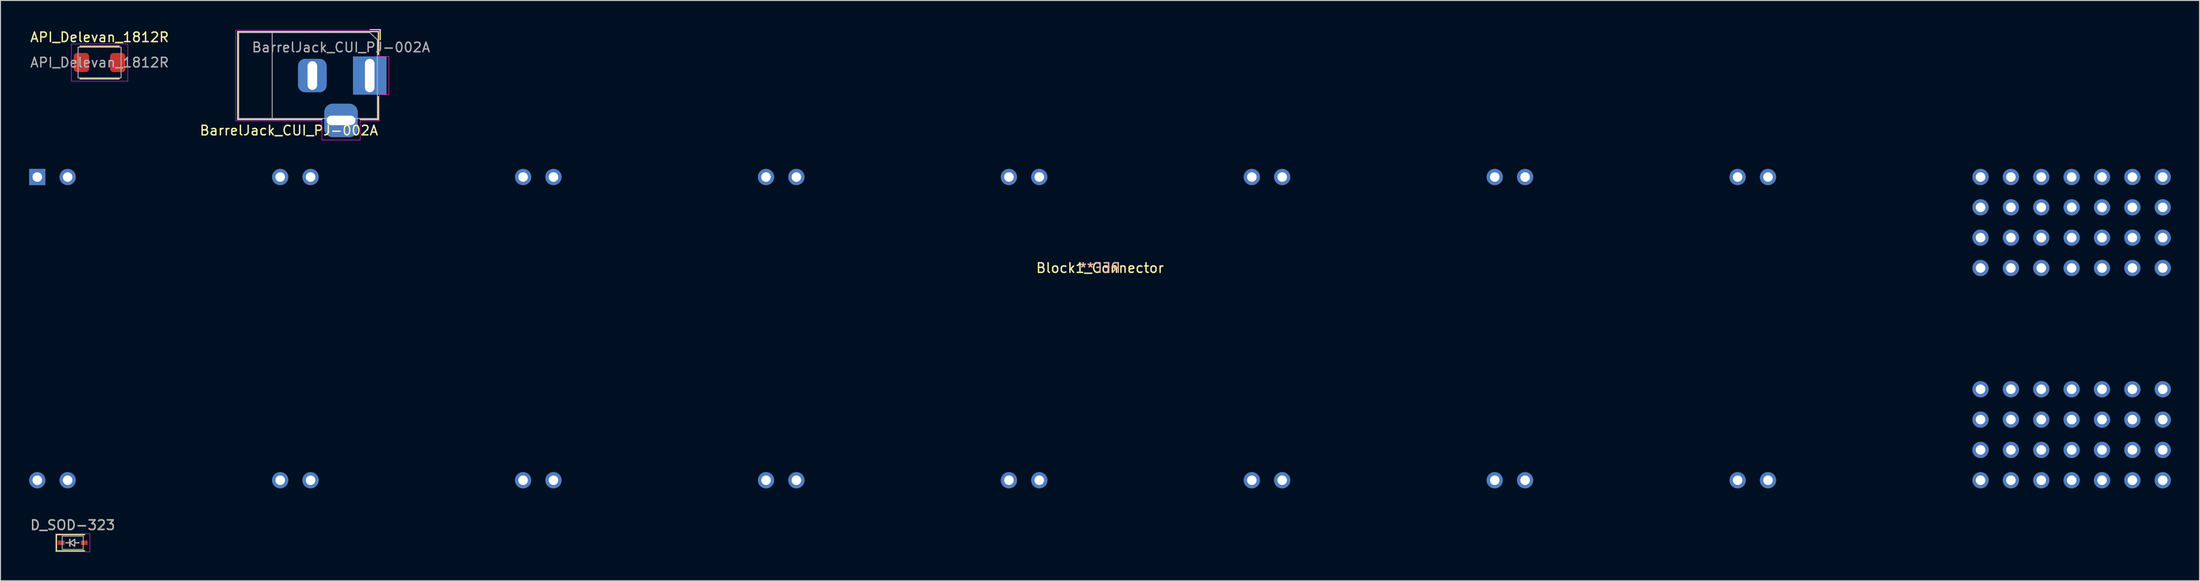
<source format=kicad_pcb>
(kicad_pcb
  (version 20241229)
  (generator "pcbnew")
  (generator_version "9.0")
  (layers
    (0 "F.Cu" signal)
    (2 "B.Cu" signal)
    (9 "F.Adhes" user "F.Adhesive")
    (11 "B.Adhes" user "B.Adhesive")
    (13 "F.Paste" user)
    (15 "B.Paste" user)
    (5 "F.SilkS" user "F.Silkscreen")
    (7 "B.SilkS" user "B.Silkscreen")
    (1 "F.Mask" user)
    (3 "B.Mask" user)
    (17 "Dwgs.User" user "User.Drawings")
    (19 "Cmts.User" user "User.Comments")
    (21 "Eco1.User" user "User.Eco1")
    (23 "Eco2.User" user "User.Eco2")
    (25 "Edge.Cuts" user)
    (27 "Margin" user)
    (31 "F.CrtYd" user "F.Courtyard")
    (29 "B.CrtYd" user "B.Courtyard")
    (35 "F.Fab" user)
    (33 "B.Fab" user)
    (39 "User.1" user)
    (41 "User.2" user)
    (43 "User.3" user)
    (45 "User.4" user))
  (footprint "D_SOD-323"
    (layer "F.Cu")
    (at 4.554 53.783)
    (property "Reference" "D_SOD-323" (at 0 -1.85 0) (layer "F.SilkS") (effects (font (size 1 1) (thickness 0.15))))
    (attr smd)
    (fp_line (start -1.7 -0.85) (end -1.7 0.85) (stroke (width 0.12) (type solid)) (layer "F.SilkS"))
    (fp_line (start -1.7 -0.85) (end 1.25 -0.85) (stroke (width 0.12) (type solid)) (layer "F.SilkS"))
    (fp_line (start -1.7 0.85) (end 1.25 0.85) (stroke (width 0.12) (type solid)) (layer "F.SilkS"))
    (fp_line (start -0.711 0) (end -0.305 0) (stroke (width 0.12) (type solid)) (layer "F.SilkS"))
    (fp_line (start -0.305 -0.356) (end -0.305 0) (stroke (width 0.12) (type solid)) (layer "F.SilkS"))
    (fp_line (start -0.305 0) (end -0.305 -0.356) (stroke (width 0.12) (type solid)) (layer "F.SilkS"))
    (fp_line (start -0.305 0) (end -0.305 0.356) (stroke (width 0.12) (type solid)) (layer "F.SilkS"))
    (fp_line (start -0.305 0) (end 0.203 0.356) (stroke (width 0.12) (type solid)) (layer "F.SilkS"))
    (fp_line (start -0.305 0.356) (end -0.305 0) (stroke (width 0.12) (type solid)) (layer "F.SilkS"))
    (fp_line (start 0.203 -0.356) (end -0.305 0) (stroke (width 0.12) (type solid)) (layer "F.SilkS"))
    (fp_line (start 0.203 0) (end 0.66 0) (stroke (width 0.12) (type solid)) (layer "F.SilkS"))
    (fp_line (start 0.203 0.356) (end 0.203 -0.356) (stroke (width 0.12) (type solid)) (layer "F.SilkS"))
    (fp_line (start -1.8 -0.95) (end -1.8 0.95) (stroke (width 0.05) (type solid)) (layer "F.CrtYd"))
    (fp_line (start -1.8 -0.95) (end 1.8 -0.95) (stroke (width 0.05) (type solid)) (layer "F.CrtYd"))
    (fp_line (start -1.8 0.95) (end 1.8 0.95) (stroke (width 0.05) (type solid)) (layer "F.CrtYd"))
    (fp_line (start 1.8 -0.95) (end 1.8 0.95) (stroke (width 0.05) (type solid)) (layer "F.CrtYd"))
    (fp_line (start -1.1 -0.7) (end 1.1 -0.7) (stroke (width 0.1) (type solid)) (layer "F.Fab"))
    (fp_line (start -1.1 0.7) (end -1.1 -0.7) (stroke (width 0.1) (type solid)) (layer "F.Fab"))
    (fp_line (start -0.3 -0.35) (end -0.3 0.35) (stroke (width 0.1) (type solid)) (layer "F.Fab"))
    (fp_line (start -0.3 0) (end -0.7 0) (stroke (width 0.1) (type solid)) (layer "F.Fab"))
    (fp_line (start -0.3 0) (end 0.2 -0.35) (stroke (width 0.1) (type solid)) (layer "F.Fab"))
    (fp_line (start 0.2 -0.35) (end 0.2 0.35) (stroke (width 0.1) (type solid)) (layer "F.Fab"))
    (fp_line (start 0.2 0) (end 0.65 0) (stroke (width 0.1) (type solid)) (layer "F.Fab"))
    (fp_line (start 0.2 0.35) (end -0.3 0) (stroke (width 0.1) (type solid)) (layer "F.Fab"))
    (fp_line (start 1.1 -0.7) (end 1.1 0.7) (stroke (width 0.1) (type solid)) (layer "F.Fab"))
    (fp_line (start 1.1 0.7) (end -1.1 0.7) (stroke (width 0.1) (type solid)) (layer "F.Fab"))
    (fp_text user "${REFERENCE}" (at 0 -1.85 0) (layer "F.Fab") (effects (font (size 1 1) (thickness 0.15))))
    (pad "1" smd rect (at -1.2 0) (size 0.7 0.46) (layers "F.Cu" "F.Mask" "F.Paste"))
    (pad "2" smd rect (at 1.2 0) (size 0.7 0.46) (layers "F.Cu" "F.Mask" "F.Paste")))
  (footprint "API_Delevan_1812R"
    (layer "F.Cu")
    (at 7.363 3.498)
    (property "Reference" "API_Delevan_1812R" (at 0 -2.65 0) (layer "F.SilkS") (effects (font (size 1 1) (thickness 0.15))))
    (attr smd)
    (fp_line (start -2.05 -1.71) (end 2.05 -1.71) (stroke (width 0.12) (type solid)) (layer "F.SilkS"))
    (fp_line (start -2.05 1.71) (end 2.05 1.71) (stroke (width 0.12) (type solid)) (layer "F.SilkS"))
    (fp_line (start -2.95 -1.95) (end 2.95 -1.95) (stroke (width 0.05) (type solid)) (layer "F.CrtYd"))
    (fp_line (start -2.95 1.95) (end -2.95 -1.95) (stroke (width 0.05) (type solid)) (layer "F.CrtYd"))
    (fp_line (start 2.95 -1.95) (end 2.95 1.95) (stroke (width 0.05) (type solid)) (layer "F.CrtYd"))
    (fp_line (start 2.95 1.95) (end -2.95 1.95) (stroke (width 0.05) (type solid)) (layer "F.CrtYd"))
    (fp_line (start -2.25 -1.6) (end 2.25 -1.6) (stroke (width 0.1) (type solid)) (layer "F.Fab"))
    (fp_line (start -2.25 1.6) (end -2.25 -1.6) (stroke (width 0.1) (type solid)) (layer "F.Fab"))
    (fp_line (start 2.25 -1.6) (end 2.25 1.6) (stroke (width 0.1) (type solid)) (layer "F.Fab"))
    (fp_line (start 2.25 1.6) (end -2.25 1.6) (stroke (width 0.1) (type solid)) (layer "F.Fab"))
    (fp_text user "${REFERENCE}" (at 0 0 0) (layer "F.Fab") (effects (font (size 1 1) (thickness 0.15))))
    (pad "1" smd roundrect (at -1.9 0) (size 1.6 2) (layers "F.Cu" "F.Mask" "F.Paste") (roundrect_rratio 0.222))
    (pad "2" smd roundrect (at 1.9 0) (size 1.6 2) (layers "F.Cu" "F.Mask" "F.Paste") (roundrect_rratio 0.222)))
  (footprint "BarrelJack_CUI_PJ-002A"
    (layer "F.Cu")
    (at 35.611 4.86)
    (property "Reference" "BarrelJack_CUI_PJ-002A" (at -8.45 5.75 0) (layer "F.SilkS") (effects (font (size 1 1) (thickness 0.15))))
    (attr through_hole)
    (fp_line (start -13.8 -4.6) (end 0.9 -4.6) (stroke (width 0.12) (type solid)) (layer "F.SilkS"))
    (fp_line (start -13.8 4.6) (end -13.8 -4.6) (stroke (width 0.12) (type solid)) (layer "F.SilkS"))
    (fp_line (start -5 4.6) (end -13.8 4.6) (stroke (width 0.12) (type solid)) (layer "F.SilkS"))
    (fp_line (start 0.05 -4.8) (end 1.1 -4.8) (stroke (width 0.12) (type solid)) (layer "F.SilkS"))
    (fp_line (start 0.9 -4.6) (end 0.9 -2.2) (stroke (width 0.12) (type solid)) (layer "F.SilkS"))
    (fp_line (start 0.9 2.2) (end 0.9 4.6) (stroke (width 0.12) (type solid)) (layer "F.SilkS"))
    (fp_line (start 0.9 4.6) (end -1 4.6) (stroke (width 0.12) (type solid)) (layer "F.SilkS"))
    (fp_line (start 1.1 -3.75) (end 1.1 -4.8) (stroke (width 0.12) (type solid)) (layer "F.SilkS"))
    (fp_line (start -14 4.75) (end -14 -4.75) (stroke (width 0.05) (type solid)) (layer "F.CrtYd"))
    (fp_line (start -5 4.75) (end -14 4.75) (stroke (width 0.05) (type solid)) (layer "F.CrtYd"))
    (fp_line (start -5 6.75) (end -5 4.75) (stroke (width 0.05) (type solid)) (layer "F.CrtYd"))
    (fp_line (start -1 4.75) (end -1 6.75) (stroke (width 0.05) (type solid)) (layer "F.CrtYd"))
    (fp_line (start -1 6.75) (end -5 6.75) (stroke (width 0.05) (type solid)) (layer "F.CrtYd"))
    (fp_line (start 1 -4.75) (end -14 -4.75) (stroke (width 0.05) (type solid)) (layer "F.CrtYd"))
    (fp_line (start 1 -4.5) (end 1 -4.75) (stroke (width 0.05) (type solid)) (layer "F.CrtYd"))
    (fp_line (start 1 -4.5) (end 1 -2) (stroke (width 0.05) (type solid)) (layer "F.CrtYd"))
    (fp_line (start 1 -2) (end 2 -2) (stroke (width 0.05) (type solid)) (layer "F.CrtYd"))
    (fp_line (start 1 2) (end 1 4.75) (stroke (width 0.05) (type solid)) (layer "F.CrtYd"))
    (fp_line (start 1 4.75) (end -1 4.75) (stroke (width 0.05) (type solid)) (layer "F.CrtYd"))
    (fp_line (start 2 -2) (end 2 2) (stroke (width 0.05) (type solid)) (layer "F.CrtYd"))
    (fp_line (start 2 2) (end 1 2) (stroke (width 0.05) (type solid)) (layer "F.CrtYd"))
    (fp_line (start -13.7 -4.5) (end -13.7 4.5) (stroke (width 0.1) (type solid)) (layer "F.Fab"))
    (fp_line (start -13.7 4.5) (end 0.8 4.5) (stroke (width 0.1) (type solid)) (layer "F.Fab"))
    (fp_line (start -10.2 -4.5) (end -10.2 4.5) (stroke (width 0.1) (type solid)) (layer "F.Fab"))
    (fp_line (start -0.003 -4.505) (end 0.8 -3.75) (stroke (width 0.1) (type solid)) (layer "F.Fab"))
    (fp_line (start 0 -4.5) (end -13.7 -4.5) (stroke (width 0.1) (type solid)) (layer "F.Fab"))
    (fp_line (start 0.8 4.5) (end 0.8 -3.75) (stroke (width 0.1) (type solid)) (layer "F.Fab"))
    (fp_text user "${REFERENCE}" (at -3 -2.95 0) (layer "F.Fab") (effects (font (size 1 1) (thickness 0.15))))
    (pad "1" thru_hole rect (at 0 0) (size 3.5 4) (drill oval 1 3.5) (layers "*.Cu" "*.Mask"))
    (pad "2" thru_hole roundrect (at -6 0) (size 3 3.5) (drill oval 1 3) (layers "*.Cu" "*.Mask") (roundrect_rratio 0.25))
    (pad "3" thru_hole roundrect (at -3 4.7) (size 3.5 3.5) (drill oval 3 1) (layers "*.Cu" "*.Mask") (roundrect_rratio 0.25)))
  (footprint "Block1_Connector"
    (layer "F.Cu")
    (at 111.975 31.36)
    (property "Reference" "Block1_Connector" (at 0 -6.35 0) (layer "F.SilkS") (effects (font (size 1 1) (thickness 0.15))))
    (attr through_hole)
    (fp_text user "REF**" (at 0 -6.35 0) (layer "B.SilkS") (effects (font (size 1 1) (thickness 0.15)) (justify mirror)))
    (pad "1" thru_hole rect (at -111.125 -15.875 180) (size 1.7 1.7) (drill 1) (layers "*.Cu" "*.Mask"))
    (pad "2" thru_hole circle (at -111.125 15.875 180) (size 1.7 1.7) (drill 1) (layers "*.Cu" "*.Mask"))
    (pad "3" thru_hole circle (at -107.95 -15.875 180) (size 1.7 1.7) (drill 1) (layers "*.Cu" "*.Mask"))
    (pad "4" thru_hole circle (at -107.95 15.875 180) (size 1.7 1.7) (drill 1) (layers "*.Cu" "*.Mask"))
    (pad "5" thru_hole circle (at -85.725 -15.875 180) (size 1.7 1.7) (drill 1) (layers "*.Cu" "*.Mask"))
    (pad "6" thru_hole circle (at -85.725 15.875 180) (size 1.7 1.7) (drill 1) (layers "*.Cu" "*.Mask"))
    (pad "7" thru_hole circle (at -82.55 -15.875 180) (size 1.7 1.7) (drill 1) (layers "*.Cu" "*.Mask"))
    (pad "8" thru_hole circle (at -82.55 15.875 180) (size 1.7 1.7) (drill 1) (layers "*.Cu" "*.Mask"))
    (pad "9" thru_hole circle (at -60.325 -15.875 180) (size 1.7 1.7) (drill 1) (layers "*.Cu" "*.Mask"))
    (pad "10" thru_hole circle (at -60.325 15.875 180) (size 1.7 1.7) (drill 1) (layers "*.Cu" "*.Mask"))
    (pad "11" thru_hole circle (at -57.15 -15.875 180) (size 1.7 1.7) (drill 1) (layers "*.Cu" "*.Mask"))
    (pad "12" thru_hole circle (at -57.15 15.875 180) (size 1.7 1.7) (drill 1) (layers "*.Cu" "*.Mask"))
    (pad "13" thru_hole circle (at -34.925 -15.875 180) (size 1.7 1.7) (drill 1) (layers "*.Cu" "*.Mask"))
    (pad "14" thru_hole circle (at -34.925 15.875 180) (size 1.7 1.7) (drill 1) (layers "*.Cu" "*.Mask"))
    (pad "15" thru_hole circle (at -31.75 -15.875 180) (size 1.7 1.7) (drill 1) (layers "*.Cu" "*.Mask"))
    (pad "16" thru_hole circle (at -31.75 15.875 180) (size 1.7 1.7) (drill 1) (layers "*.Cu" "*.Mask"))
    (pad "17" thru_hole circle (at -9.525 -15.875 180) (size 1.7 1.7) (drill 1) (layers "*.Cu" "*.Mask"))
    (pad "18" thru_hole circle (at -9.525 15.875 180) (size 1.7 1.7) (drill 1) (layers "*.Cu" "*.Mask"))
    (pad "19" thru_hole circle (at -6.35 -15.875 180) (size 1.7 1.7) (drill 1) (layers "*.Cu" "*.Mask"))
    (pad "20" thru_hole circle (at -6.35 15.875 180) (size 1.7 1.7) (drill 1) (layers "*.Cu" "*.Mask"))
    (pad "21" thru_hole circle (at 15.875 -15.875 180) (size 1.7 1.7) (drill 1) (layers "*.Cu" "*.Mask"))
    (pad "22" thru_hole circle (at 15.875 15.875 180) (size 1.7 1.7) (drill 1) (layers "*.Cu" "*.Mask"))
    (pad "23" thru_hole circle (at 19.05 -15.875 180) (size 1.7 1.7) (drill 1) (layers "*.Cu" "*.Mask"))
    (pad "24" thru_hole circle (at 19.05 15.875 180) (size 1.7 1.7) (drill 1) (layers "*.Cu" "*.Mask"))
    (pad "25" thru_hole circle (at 41.275 -15.875 180) (size 1.7 1.7) (drill 1) (layers "*.Cu" "*.Mask"))
    (pad "26" thru_hole circle (at 41.275 15.875 180) (size 1.7 1.7) (drill 1) (layers "*.Cu" "*.Mask"))
    (pad "27" thru_hole circle (at 44.45 -15.875 180) (size 1.7 1.7) (drill 1) (layers "*.Cu" "*.Mask"))
    (pad "28" thru_hole circle (at 44.45 15.875 180) (size 1.7 1.7) (drill 1) (layers "*.Cu" "*.Mask"))
    (pad "29" thru_hole circle (at 66.675 -15.875 180) (size 1.7 1.7) (drill 1) (layers "*.Cu" "*.Mask"))
    (pad "30" thru_hole circle (at 66.675 15.875 180) (size 1.7 1.7) (drill 1) (layers "*.Cu" "*.Mask"))
    (pad "31" thru_hole circle (at 69.85 -15.875 180) (size 1.7 1.7) (drill 1) (layers "*.Cu" "*.Mask"))
    (pad "32" thru_hole circle (at 69.85 15.875 180) (size 1.7 1.7) (drill 1) (layers "*.Cu" "*.Mask"))
    (pad "33" thru_hole circle (at 92.075 -15.875 180) (size 1.7 1.7) (drill 1) (layers "*.Cu" "*.Mask"))
    (pad "34" thru_hole circle (at 92.075 -12.7) (size 1.7 1.7) (drill 1) (layers "*.Cu" "*.Mask"))
    (pad "35" thru_hole circle (at 92.075 -9.525) (size 1.7 1.7) (drill 1) (layers "*.Cu" "*.Mask"))
    (pad "36" thru_hole circle (at 92.075 -6.35) (size 1.7 1.7) (drill 1) (layers "*.Cu" "*.Mask"))
    (pad "37" thru_hole circle (at 92.075 6.35) (size 1.7 1.7) (drill 1) (layers "*.Cu" "*.Mask"))
    (pad "38" thru_hole circle (at 92.075 9.525) (size 1.7 1.7) (drill 1) (layers "*.Cu" "*.Mask"))
    (pad "39" thru_hole circle (at 92.075 12.7) (size 1.7 1.7) (drill 1) (layers "*.Cu" "*.Mask"))
    (pad "40" thru_hole circle (at 92.075 15.875) (size 1.7 1.7) (drill 1) (layers "*.Cu" "*.Mask"))
    (pad "41" thru_hole circle (at 95.25 -15.875) (size 1.7 1.7) (drill 1) (layers "*.Cu" "*.Mask"))
    (pad "42" thru_hole circle (at 95.25 -12.7) (size 1.7 1.7) (drill 1) (layers "*.Cu" "*.Mask"))
    (pad "43" thru_hole circle (at 95.25 -9.525) (size 1.7 1.7) (drill 1) (layers "*.Cu" "*.Mask"))
    (pad "44" thru_hole circle (at 95.25 -6.35) (size 1.7 1.7) (drill 1) (layers "*.Cu" "*.Mask"))
    (pad "45" thru_hole circle (at 95.25 6.35) (size 1.7 1.7) (drill 1) (layers "*.Cu" "*.Mask"))
    (pad "46" thru_hole circle (at 95.25 9.525) (size 1.7 1.7) (drill 1) (layers "*.Cu" "*.Mask"))
    (pad "47" thru_hole circle (at 95.25 12.7) (size 1.7 1.7) (drill 1) (layers "*.Cu" "*.Mask"))
    (pad "48" thru_hole circle (at 95.25 15.875) (size 1.7 1.7) (drill 1) (layers "*.Cu" "*.Mask"))
    (pad "49" thru_hole circle (at 98.425 -15.875) (size 1.7 1.7) (drill 1) (layers "*.Cu" "*.Mask"))
    (pad "50" thru_hole circle (at 98.425 -12.7) (size 1.7 1.7) (drill 1) (layers "*.Cu" "*.Mask"))
    (pad "51" thru_hole circle (at 98.425 -9.525) (size 1.7 1.7) (drill 1) (layers "*.Cu" "*.Mask"))
    (pad "52" thru_hole circle (at 98.425 -6.35) (size 1.7 1.7) (drill 1) (layers "*.Cu" "*.Mask"))
    (pad "53" thru_hole circle (at 98.425 6.35) (size 1.7 1.7) (drill 1) (layers "*.Cu" "*.Mask"))
    (pad "54" thru_hole circle (at 98.425 9.525) (size 1.7 1.7) (drill 1) (layers "*.Cu" "*.Mask"))
    (pad "55" thru_hole circle (at 98.425 12.7) (size 1.7 1.7) (drill 1) (layers "*.Cu" "*.Mask"))
    (pad "56" thru_hole circle (at 98.425 15.875) (size 1.7 1.7) (drill 1) (layers "*.Cu" "*.Mask"))
    (pad "57" thru_hole circle (at 101.6 -15.875) (size 1.7 1.7) (drill 1) (layers "*.Cu" "*.Mask"))
    (pad "58" thru_hole circle (at 101.6 -12.7) (size 1.7 1.7) (drill 1) (layers "*.Cu" "*.Mask"))
    (pad "59" thru_hole circle (at 101.6 -9.525) (size 1.7 1.7) (drill 1) (layers "*.Cu" "*.Mask"))
    (pad "60" thru_hole circle (at 101.6 -6.35) (size 1.7 1.7) (drill 1) (layers "*.Cu" "*.Mask"))
    (pad "61" thru_hole circle (at 101.6 6.35) (size 1.7 1.7) (drill 1) (layers "*.Cu" "*.Mask"))
    (pad "62" thru_hole circle (at 101.6 9.525) (size 1.7 1.7) (drill 1) (layers "*.Cu" "*.Mask"))
    (pad "63" thru_hole circle (at 101.6 12.7) (size 1.7 1.7) (drill 1) (layers "*.Cu" "*.Mask"))
    (pad "64" thru_hole circle (at 101.6 15.875) (size 1.7 1.7) (drill 1) (layers "*.Cu" "*.Mask"))
    (pad "65" thru_hole circle (at 104.775 -15.875) (size 1.7 1.7) (drill 1) (layers "*.Cu" "*.Mask"))
    (pad "66" thru_hole circle (at 104.775 -12.7) (size 1.7 1.7) (drill 1) (layers "*.Cu" "*.Mask"))
    (pad "67" thru_hole circle (at 104.775 -9.525) (size 1.7 1.7) (drill 1) (layers "*.Cu" "*.Mask"))
    (pad "68" thru_hole circle (at 104.775 -6.35) (size 1.7 1.7) (drill 1) (layers "*.Cu" "*.Mask"))
    (pad "69" thru_hole circle (at 104.775 6.35) (size 1.7 1.7) (drill 1) (layers "*.Cu" "*.Mask"))
    (pad "70" thru_hole circle (at 104.775 9.525) (size 1.7 1.7) (drill 1) (layers "*.Cu" "*.Mask"))
    (pad "71" thru_hole circle (at 104.775 12.7) (size 1.7 1.7) (drill 1) (layers "*.Cu" "*.Mask"))
    (pad "72" thru_hole circle (at 104.775 15.875) (size 1.7 1.7) (drill 1) (layers "*.Cu" "*.Mask"))
    (pad "73" thru_hole circle (at 107.95 -15.875) (size 1.7 1.7) (drill 1) (layers "*.Cu" "*.Mask"))
    (pad "74" thru_hole circle (at 107.95 -12.7) (size 1.7 1.7) (drill 1) (layers "*.Cu" "*.Mask"))
    (pad "75" thru_hole circle (at 107.95 -9.525) (size 1.7 1.7) (drill 1) (layers "*.Cu" "*.Mask"))
    (pad "76" thru_hole circle (at 107.95 -6.35) (size 1.7 1.7) (drill 1) (layers "*.Cu" "*.Mask"))
    (pad "77" thru_hole circle (at 107.95 6.35) (size 1.7 1.7) (drill 1) (layers "*.Cu" "*.Mask"))
    (pad "78" thru_hole circle (at 107.95 9.525) (size 1.7 1.7) (drill 1) (layers "*.Cu" "*.Mask"))
    (pad "79" thru_hole circle (at 107.95 12.7) (size 1.7 1.7) (drill 1) (layers "*.Cu" "*.Mask"))
    (pad "80" thru_hole circle (at 107.95 15.875) (size 1.7 1.7) (drill 1) (layers "*.Cu" "*.Mask"))
    (pad "81" thru_hole circle (at 111.125 -15.875) (size 1.7 1.7) (drill 1) (layers "*.Cu" "*.Mask"))
    (pad "82" thru_hole circle (at 111.125 -12.7) (size 1.7 1.7) (drill 1) (layers "*.Cu" "*.Mask"))
    (pad "83" thru_hole circle (at 111.125 -9.525) (size 1.7 1.7) (drill 1) (layers "*.Cu" "*.Mask"))
    (pad "84" thru_hole circle (at 111.125 -6.35) (size 1.7 1.7) (drill 1) (layers "*.Cu" "*.Mask"))
    (pad "85" thru_hole circle (at 111.125 6.35) (size 1.7 1.7) (drill 1) (layers "*.Cu" "*.Mask"))
    (pad "86" thru_hole circle (at 111.125 9.525) (size 1.7 1.7) (drill 1) (layers "*.Cu" "*.Mask"))
    (pad "87" thru_hole circle (at 111.125 12.7) (size 1.7 1.7) (drill 1) (layers "*.Cu" "*.Mask"))
    (pad "88" thru_hole circle (at 111.125 15.875) (size 1.7 1.7) (drill 1) (layers "*.Cu" "*.Mask")))
  (gr_rect
    (start -3 -3)
    (end 226.95 57.758)
    (stroke (width 0.1) (type default))
    (fill no)
    (layer "Edge.Cuts")))
</source>
